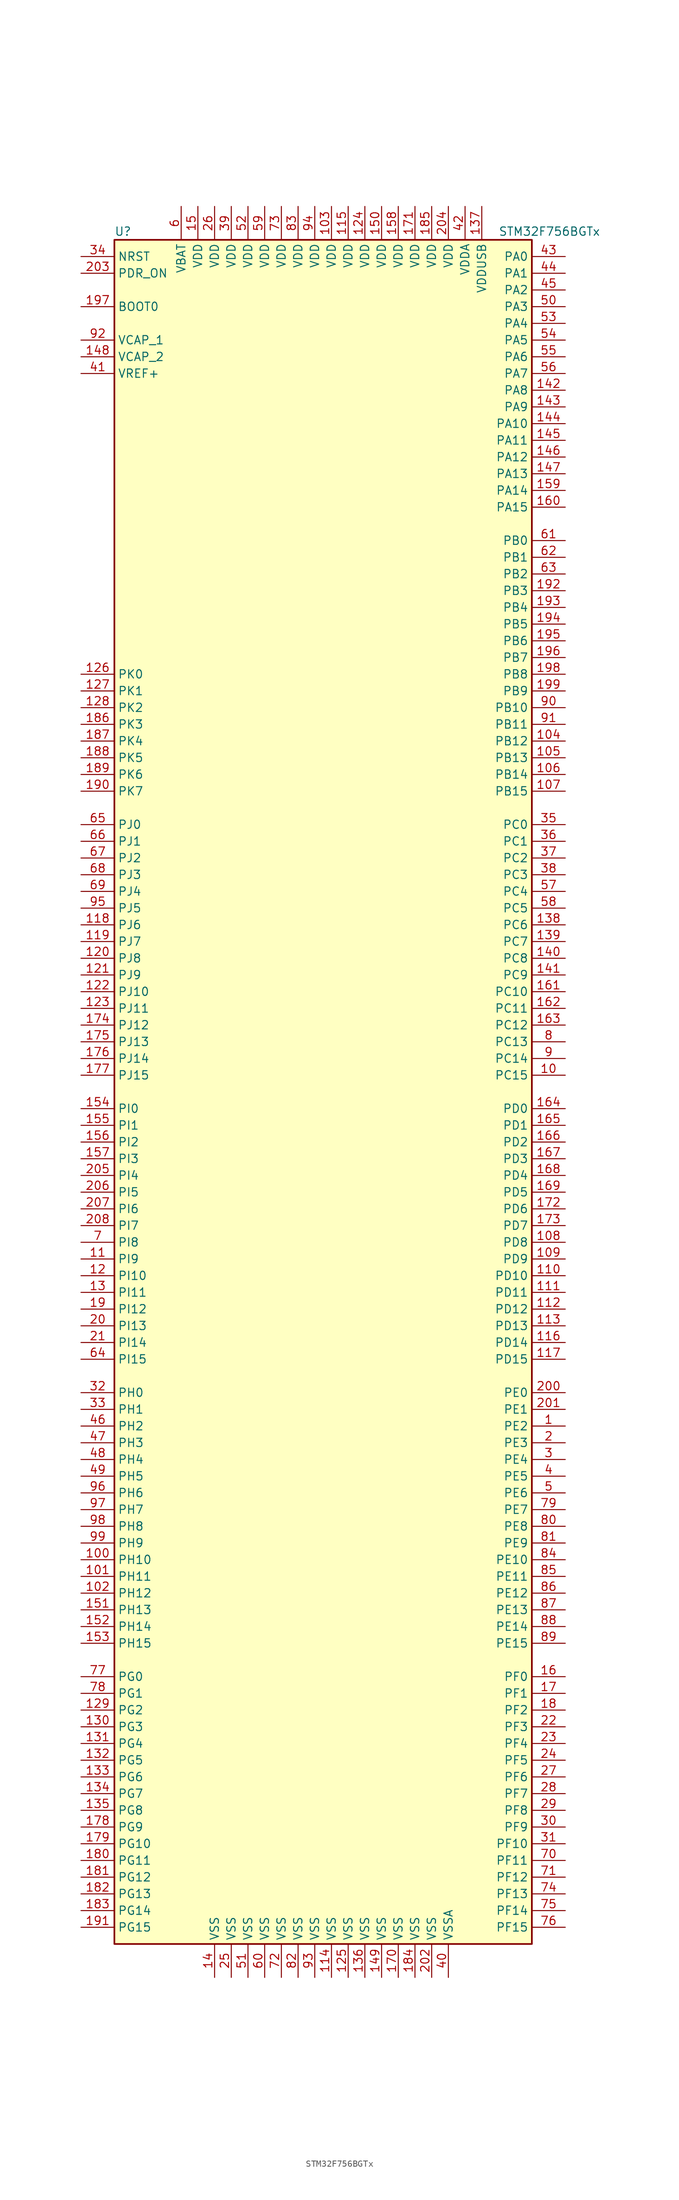
<source format=kicad_sym>
(kicad_symbol_lib
  (version 20220914)
  (generator kicad_symbol_editor)
  (symbol "STM32F756BGTx"
    (property "Reference" "U"
      (at -33.02 130.81 0)
      (effects (font (size 1.27 1.27)) (justify left)))
    (property "Value" "STM32F756BGTx"
      (at 25.4 130.81 0)
      (effects (font (size 1.27 1.27)) (justify left)))
    (symbol "STM32F756BGTx_0_1"
      (rectangle (start -33.02 -129.54) (end 30.48 129.54) (stroke (width 0.254) (type default)) (fill (type background))))
    (symbol "STM32F756BGTx_1_1"
      (pin bidirectional line (at 35.56 -50.8 180) (length 5.08) (name "PE2" (effects (font (size 1.27 1.27)))) (number "1" (effects (font (size 1.27 1.27)))))
      (pin bidirectional line (at 35.56 2.54 180) (length 5.08) (name "PC15" (effects (font (size 1.27 1.27)))) (number "10" (effects (font (size 1.27 1.27)))))
      (pin bidirectional line (at -38.1 -71.12 0) (length 5.08) (name "PH10" (effects (font (size 1.27 1.27)))) (number "100" (effects (font (size 1.27 1.27)))))
      (pin bidirectional line (at -38.1 -73.66 0) (length 5.08) (name "PH11" (effects (font (size 1.27 1.27)))) (number "101" (effects (font (size 1.27 1.27)))))
      (pin bidirectional line (at -38.1 -76.2 0) (length 5.08) (name "PH12" (effects (font (size 1.27 1.27)))) (number "102" (effects (font (size 1.27 1.27)))))
      (pin power_in line (at 0 134.62 270) (length 5.08) (name "VDD" (effects (font (size 1.27 1.27)))) (number "103" (effects (font (size 1.27 1.27)))))
      (pin bidirectional line (at 35.56 53.34 180) (length 5.08) (name "PB12" (effects (font (size 1.27 1.27)))) (number "104" (effects (font (size 1.27 1.27)))))
      (pin bidirectional line (at 35.56 50.8 180) (length 5.08) (name "PB13" (effects (font (size 1.27 1.27)))) (number "105" (effects (font (size 1.27 1.27)))))
      (pin bidirectional line (at 35.56 48.26 180) (length 5.08) (name "PB14" (effects (font (size 1.27 1.27)))) (number "106" (effects (font (size 1.27 1.27)))))
      (pin bidirectional line (at 35.56 45.72 180) (length 5.08) (name "PB15" (effects (font (size 1.27 1.27)))) (number "107" (effects (font (size 1.27 1.27)))))
      (pin bidirectional line (at 35.56 -22.86 180) (length 5.08) (name "PD8" (effects (font (size 1.27 1.27)))) (number "108" (effects (font (size 1.27 1.27)))))
      (pin bidirectional line (at 35.56 -25.4 180) (length 5.08) (name "PD9" (effects (font (size 1.27 1.27)))) (number "109" (effects (font (size 1.27 1.27)))))
      (pin bidirectional line (at -38.1 -25.4 0) (length 5.08) (name "PI9" (effects (font (size 1.27 1.27)))) (number "11" (effects (font (size 1.27 1.27)))))
      (pin bidirectional line (at 35.56 -27.94 180) (length 5.08) (name "PD10" (effects (font (size 1.27 1.27)))) (number "110" (effects (font (size 1.27 1.27)))))
      (pin bidirectional line (at 35.56 -30.48 180) (length 5.08) (name "PD11" (effects (font (size 1.27 1.27)))) (number "111" (effects (font (size 1.27 1.27)))))
      (pin bidirectional line (at 35.56 -33.02 180) (length 5.08) (name "PD12" (effects (font (size 1.27 1.27)))) (number "112" (effects (font (size 1.27 1.27)))))
      (pin bidirectional line (at 35.56 -35.56 180) (length 5.08) (name "PD13" (effects (font (size 1.27 1.27)))) (number "113" (effects (font (size 1.27 1.27)))))
      (pin power_in line (at 0 -134.62 90) (length 5.08) (name "VSS" (effects (font (size 1.27 1.27)))) (number "114" (effects (font (size 1.27 1.27)))))
      (pin power_in line (at 2.54 134.62 270) (length 5.08) (name "VDD" (effects (font (size 1.27 1.27)))) (number "115" (effects (font (size 1.27 1.27)))))
      (pin bidirectional line (at 35.56 -38.1 180) (length 5.08) (name "PD14" (effects (font (size 1.27 1.27)))) (number "116" (effects (font (size 1.27 1.27)))))
      (pin bidirectional line (at 35.56 -40.64 180) (length 5.08) (name "PD15" (effects (font (size 1.27 1.27)))) (number "117" (effects (font (size 1.27 1.27)))))
      (pin bidirectional line (at -38.1 25.4 0) (length 5.08) (name "PJ6" (effects (font (size 1.27 1.27)))) (number "118" (effects (font (size 1.27 1.27)))))
      (pin bidirectional line (at -38.1 22.86 0) (length 5.08) (name "PJ7" (effects (font (size 1.27 1.27)))) (number "119" (effects (font (size 1.27 1.27)))))
      (pin bidirectional line (at -38.1 -27.94 0) (length 5.08) (name "PI10" (effects (font (size 1.27 1.27)))) (number "12" (effects (font (size 1.27 1.27)))))
      (pin bidirectional line (at -38.1 20.32 0) (length 5.08) (name "PJ8" (effects (font (size 1.27 1.27)))) (number "120" (effects (font (size 1.27 1.27)))))
      (pin bidirectional line (at -38.1 17.78 0) (length 5.08) (name "PJ9" (effects (font (size 1.27 1.27)))) (number "121" (effects (font (size 1.27 1.27)))))
      (pin bidirectional line (at -38.1 15.24 0) (length 5.08) (name "PJ10" (effects (font (size 1.27 1.27)))) (number "122" (effects (font (size 1.27 1.27)))))
      (pin bidirectional line (at -38.1 12.7 0) (length 5.08) (name "PJ11" (effects (font (size 1.27 1.27)))) (number "123" (effects (font (size 1.27 1.27)))))
      (pin power_in line (at 5.08 134.62 270) (length 5.08) (name "VDD" (effects (font (size 1.27 1.27)))) (number "124" (effects (font (size 1.27 1.27)))))
      (pin power_in line (at 2.54 -134.62 90) (length 5.08) (name "VSS" (effects (font (size 1.27 1.27)))) (number "125" (effects (font (size 1.27 1.27)))))
      (pin bidirectional line (at -38.1 63.5 0) (length 5.08) (name "PK0" (effects (font (size 1.27 1.27)))) (number "126" (effects (font (size 1.27 1.27)))))
      (pin bidirectional line (at -38.1 60.96 0) (length 5.08) (name "PK1" (effects (font (size 1.27 1.27)))) (number "127" (effects (font (size 1.27 1.27)))))
      (pin bidirectional line (at -38.1 58.42 0) (length 5.08) (name "PK2" (effects (font (size 1.27 1.27)))) (number "128" (effects (font (size 1.27 1.27)))))
      (pin bidirectional line (at -38.1 -93.98 0) (length 5.08) (name "PG2" (effects (font (size 1.27 1.27)))) (number "129" (effects (font (size 1.27 1.27)))))
      (pin bidirectional line (at -38.1 -30.48 0) (length 5.08) (name "PI11" (effects (font (size 1.27 1.27)))) (number "13" (effects (font (size 1.27 1.27)))))
      (pin bidirectional line (at -38.1 -96.52 0) (length 5.08) (name "PG3" (effects (font (size 1.27 1.27)))) (number "130" (effects (font (size 1.27 1.27)))))
      (pin bidirectional line (at -38.1 -99.06 0) (length 5.08) (name "PG4" (effects (font (size 1.27 1.27)))) (number "131" (effects (font (size 1.27 1.27)))))
      (pin bidirectional line (at -38.1 -101.6 0) (length 5.08) (name "PG5" (effects (font (size 1.27 1.27)))) (number "132" (effects (font (size 1.27 1.27)))))
      (pin bidirectional line (at -38.1 -104.14 0) (length 5.08) (name "PG6" (effects (font (size 1.27 1.27)))) (number "133" (effects (font (size 1.27 1.27)))))
      (pin bidirectional line (at -38.1 -106.68 0) (length 5.08) (name "PG7" (effects (font (size 1.27 1.27)))) (number "134" (effects (font (size 1.27 1.27)))))
      (pin bidirectional line (at -38.1 -109.22 0) (length 5.08) (name "PG8" (effects (font (size 1.27 1.27)))) (number "135" (effects (font (size 1.27 1.27)))))
      (pin power_in line (at 5.08 -134.62 90) (length 5.08) (name "VSS" (effects (font (size 1.27 1.27)))) (number "136" (effects (font (size 1.27 1.27)))))
      (pin power_in line (at 22.86 134.62 270) (length 5.08) (name "VDDUSB" (effects (font (size 1.27 1.27)))) (number "137" (effects (font (size 1.27 1.27)))))
      (pin bidirectional line (at 35.56 25.4 180) (length 5.08) (name "PC6" (effects (font (size 1.27 1.27)))) (number "138" (effects (font (size 1.27 1.27)))))
      (pin bidirectional line (at 35.56 22.86 180) (length 5.08) (name "PC7" (effects (font (size 1.27 1.27)))) (number "139" (effects (font (size 1.27 1.27)))))
      (pin power_in line (at -17.78 -134.62 90) (length 5.08) (name "VSS" (effects (font (size 1.27 1.27)))) (number "14" (effects (font (size 1.27 1.27)))))
      (pin bidirectional line (at 35.56 20.32 180) (length 5.08) (name "PC8" (effects (font (size 1.27 1.27)))) (number "140" (effects (font (size 1.27 1.27)))))
      (pin bidirectional line (at 35.56 17.78 180) (length 5.08) (name "PC9" (effects (font (size 1.27 1.27)))) (number "141" (effects (font (size 1.27 1.27)))))
      (pin bidirectional line (at 35.56 106.68 180) (length 5.08) (name "PA8" (effects (font (size 1.27 1.27)))) (number "142" (effects (font (size 1.27 1.27)))))
      (pin bidirectional line (at 35.56 104.14 180) (length 5.08) (name "PA9" (effects (font (size 1.27 1.27)))) (number "143" (effects (font (size 1.27 1.27)))))
      (pin bidirectional line (at 35.56 101.6 180) (length 5.08) (name "PA10" (effects (font (size 1.27 1.27)))) (number "144" (effects (font (size 1.27 1.27)))))
      (pin bidirectional line (at 35.56 99.06 180) (length 5.08) (name "PA11" (effects (font (size 1.27 1.27)))) (number "145" (effects (font (size 1.27 1.27)))))
      (pin bidirectional line (at 35.56 96.52 180) (length 5.08) (name "PA12" (effects (font (size 1.27 1.27)))) (number "146" (effects (font (size 1.27 1.27)))))
      (pin bidirectional line (at 35.56 93.98 180) (length 5.08) (name "PA13" (effects (font (size 1.27 1.27)))) (number "147" (effects (font (size 1.27 1.27)))))
      (pin power_in line (at -38.1 111.76 0) (length 5.08) (name "VCAP_2" (effects (font (size 1.27 1.27)))) (number "148" (effects (font (size 1.27 1.27)))))
      (pin power_in line (at 7.62 -134.62 90) (length 5.08) (name "VSS" (effects (font (size 1.27 1.27)))) (number "149" (effects (font (size 1.27 1.27)))))
      (pin power_in line (at -20.32 134.62 270) (length 5.08) (name "VDD" (effects (font (size 1.27 1.27)))) (number "15" (effects (font (size 1.27 1.27)))))
      (pin power_in line (at 7.62 134.62 270) (length 5.08) (name "VDD" (effects (font (size 1.27 1.27)))) (number "150" (effects (font (size 1.27 1.27)))))
      (pin bidirectional line (at -38.1 -78.74 0) (length 5.08) (name "PH13" (effects (font (size 1.27 1.27)))) (number "151" (effects (font (size 1.27 1.27)))))
      (pin bidirectional line (at -38.1 -81.28 0) (length 5.08) (name "PH14" (effects (font (size 1.27 1.27)))) (number "152" (effects (font (size 1.27 1.27)))))
      (pin bidirectional line (at -38.1 -83.82 0) (length 5.08) (name "PH15" (effects (font (size 1.27 1.27)))) (number "153" (effects (font (size 1.27 1.27)))))
      (pin bidirectional line (at -38.1 -2.54 0) (length 5.08) (name "PI0" (effects (font (size 1.27 1.27)))) (number "154" (effects (font (size 1.27 1.27)))))
      (pin bidirectional line (at -38.1 -5.08 0) (length 5.08) (name "PI1" (effects (font (size 1.27 1.27)))) (number "155" (effects (font (size 1.27 1.27)))))
      (pin bidirectional line (at -38.1 -7.62 0) (length 5.08) (name "PI2" (effects (font (size 1.27 1.27)))) (number "156" (effects (font (size 1.27 1.27)))))
      (pin bidirectional line (at -38.1 -10.16 0) (length 5.08) (name "PI3" (effects (font (size 1.27 1.27)))) (number "157" (effects (font (size 1.27 1.27)))))
      (pin power_in line (at 10.16 134.62 270) (length 5.08) (name "VDD" (effects (font (size 1.27 1.27)))) (number "158" (effects (font (size 1.27 1.27)))))
      (pin bidirectional line (at 35.56 91.44 180) (length 5.08) (name "PA14" (effects (font (size 1.27 1.27)))) (number "159" (effects (font (size 1.27 1.27)))))
      (pin bidirectional line (at 35.56 -88.9 180) (length 5.08) (name "PF0" (effects (font (size 1.27 1.27)))) (number "16" (effects (font (size 1.27 1.27)))))
      (pin bidirectional line (at 35.56 88.9 180) (length 5.08) (name "PA15" (effects (font (size 1.27 1.27)))) (number "160" (effects (font (size 1.27 1.27)))))
      (pin bidirectional line (at 35.56 15.24 180) (length 5.08) (name "PC10" (effects (font (size 1.27 1.27)))) (number "161" (effects (font (size 1.27 1.27)))))
      (pin bidirectional line (at 35.56 12.7 180) (length 5.08) (name "PC11" (effects (font (size 1.27 1.27)))) (number "162" (effects (font (size 1.27 1.27)))))
      (pin bidirectional line (at 35.56 10.16 180) (length 5.08) (name "PC12" (effects (font (size 1.27 1.27)))) (number "163" (effects (font (size 1.27 1.27)))))
      (pin bidirectional line (at 35.56 -2.54 180) (length 5.08) (name "PD0" (effects (font (size 1.27 1.27)))) (number "164" (effects (font (size 1.27 1.27)))))
      (pin bidirectional line (at 35.56 -5.08 180) (length 5.08) (name "PD1" (effects (font (size 1.27 1.27)))) (number "165" (effects (font (size 1.27 1.27)))))
      (pin bidirectional line (at 35.56 -7.62 180) (length 5.08) (name "PD2" (effects (font (size 1.27 1.27)))) (number "166" (effects (font (size 1.27 1.27)))))
      (pin bidirectional line (at 35.56 -10.16 180) (length 5.08) (name "PD3" (effects (font (size 1.27 1.27)))) (number "167" (effects (font (size 1.27 1.27)))))
      (pin bidirectional line (at 35.56 -12.7 180) (length 5.08) (name "PD4" (effects (font (size 1.27 1.27)))) (number "168" (effects (font (size 1.27 1.27)))))
      (pin bidirectional line (at 35.56 -15.24 180) (length 5.08) (name "PD5" (effects (font (size 1.27 1.27)))) (number "169" (effects (font (size 1.27 1.27)))))
      (pin bidirectional line (at 35.56 -91.44 180) (length 5.08) (name "PF1" (effects (font (size 1.27 1.27)))) (number "17" (effects (font (size 1.27 1.27)))))
      (pin power_in line (at 10.16 -134.62 90) (length 5.08) (name "VSS" (effects (font (size 1.27 1.27)))) (number "170" (effects (font (size 1.27 1.27)))))
      (pin power_in line (at 12.7 134.62 270) (length 5.08) (name "VDD" (effects (font (size 1.27 1.27)))) (number "171" (effects (font (size 1.27 1.27)))))
      (pin bidirectional line (at 35.56 -17.78 180) (length 5.08) (name "PD6" (effects (font (size 1.27 1.27)))) (number "172" (effects (font (size 1.27 1.27)))))
      (pin bidirectional line (at 35.56 -20.32 180) (length 5.08) (name "PD7" (effects (font (size 1.27 1.27)))) (number "173" (effects (font (size 1.27 1.27)))))
      (pin bidirectional line (at -38.1 10.16 0) (length 5.08) (name "PJ12" (effects (font (size 1.27 1.27)))) (number "174" (effects (font (size 1.27 1.27)))))
      (pin bidirectional line (at -38.1 7.62 0) (length 5.08) (name "PJ13" (effects (font (size 1.27 1.27)))) (number "175" (effects (font (size 1.27 1.27)))))
      (pin bidirectional line (at -38.1 5.08 0) (length 5.08) (name "PJ14" (effects (font (size 1.27 1.27)))) (number "176" (effects (font (size 1.27 1.27)))))
      (pin bidirectional line (at -38.1 2.54 0) (length 5.08) (name "PJ15" (effects (font (size 1.27 1.27)))) (number "177" (effects (font (size 1.27 1.27)))))
      (pin bidirectional line (at -38.1 -111.76 0) (length 5.08) (name "PG9" (effects (font (size 1.27 1.27)))) (number "178" (effects (font (size 1.27 1.27)))))
      (pin bidirectional line (at -38.1 -114.3 0) (length 5.08) (name "PG10" (effects (font (size 1.27 1.27)))) (number "179" (effects (font (size 1.27 1.27)))))
      (pin bidirectional line (at 35.56 -93.98 180) (length 5.08) (name "PF2" (effects (font (size 1.27 1.27)))) (number "18" (effects (font (size 1.27 1.27)))))
      (pin bidirectional line (at -38.1 -116.84 0) (length 5.08) (name "PG11" (effects (font (size 1.27 1.27)))) (number "180" (effects (font (size 1.27 1.27)))))
      (pin bidirectional line (at -38.1 -119.38 0) (length 5.08) (name "PG12" (effects (font (size 1.27 1.27)))) (number "181" (effects (font (size 1.27 1.27)))))
      (pin bidirectional line (at -38.1 -121.92 0) (length 5.08) (name "PG13" (effects (font (size 1.27 1.27)))) (number "182" (effects (font (size 1.27 1.27)))))
      (pin bidirectional line (at -38.1 -124.46 0) (length 5.08) (name "PG14" (effects (font (size 1.27 1.27)))) (number "183" (effects (font (size 1.27 1.27)))))
      (pin power_in line (at 12.7 -134.62 90) (length 5.08) (name "VSS" (effects (font (size 1.27 1.27)))) (number "184" (effects (font (size 1.27 1.27)))))
      (pin power_in line (at 15.24 134.62 270) (length 5.08) (name "VDD" (effects (font (size 1.27 1.27)))) (number "185" (effects (font (size 1.27 1.27)))))
      (pin bidirectional line (at -38.1 55.88 0) (length 5.08) (name "PK3" (effects (font (size 1.27 1.27)))) (number "186" (effects (font (size 1.27 1.27)))))
      (pin bidirectional line (at -38.1 53.34 0) (length 5.08) (name "PK4" (effects (font (size 1.27 1.27)))) (number "187" (effects (font (size 1.27 1.27)))))
      (pin bidirectional line (at -38.1 50.8 0) (length 5.08) (name "PK5" (effects (font (size 1.27 1.27)))) (number "188" (effects (font (size 1.27 1.27)))))
      (pin bidirectional line (at -38.1 48.26 0) (length 5.08) (name "PK6" (effects (font (size 1.27 1.27)))) (number "189" (effects (font (size 1.27 1.27)))))
      (pin bidirectional line (at -38.1 -33.02 0) (length 5.08) (name "PI12" (effects (font (size 1.27 1.27)))) (number "19" (effects (font (size 1.27 1.27)))))
      (pin bidirectional line (at -38.1 45.72 0) (length 5.08) (name "PK7" (effects (font (size 1.27 1.27)))) (number "190" (effects (font (size 1.27 1.27)))))
      (pin bidirectional line (at -38.1 -127 0) (length 5.08) (name "PG15" (effects (font (size 1.27 1.27)))) (number "191" (effects (font (size 1.27 1.27)))))
      (pin bidirectional line (at 35.56 76.2 180) (length 5.08) (name "PB3" (effects (font (size 1.27 1.27)))) (number "192" (effects (font (size 1.27 1.27)))))
      (pin bidirectional line (at 35.56 73.66 180) (length 5.08) (name "PB4" (effects (font (size 1.27 1.27)))) (number "193" (effects (font (size 1.27 1.27)))))
      (pin bidirectional line (at 35.56 71.12 180) (length 5.08) (name "PB5" (effects (font (size 1.27 1.27)))) (number "194" (effects (font (size 1.27 1.27)))))
      (pin bidirectional line (at 35.56 68.58 180) (length 5.08) (name "PB6" (effects (font (size 1.27 1.27)))) (number "195" (effects (font (size 1.27 1.27)))))
      (pin bidirectional line (at 35.56 66.04 180) (length 5.08) (name "PB7" (effects (font (size 1.27 1.27)))) (number "196" (effects (font (size 1.27 1.27)))))
      (pin input line (at -38.1 119.38 0) (length 5.08) (name "BOOT0" (effects (font (size 1.27 1.27)))) (number "197" (effects (font (size 1.27 1.27)))))
      (pin bidirectional line (at 35.56 63.5 180) (length 5.08) (name "PB8" (effects (font (size 1.27 1.27)))) (number "198" (effects (font (size 1.27 1.27)))))
      (pin bidirectional line (at 35.56 60.96 180) (length 5.08) (name "PB9" (effects (font (size 1.27 1.27)))) (number "199" (effects (font (size 1.27 1.27)))))
      (pin bidirectional line (at 35.56 -53.34 180) (length 5.08) (name "PE3" (effects (font (size 1.27 1.27)))) (number "2" (effects (font (size 1.27 1.27)))))
      (pin bidirectional line (at -38.1 -35.56 0) (length 5.08) (name "PI13" (effects (font (size 1.27 1.27)))) (number "20" (effects (font (size 1.27 1.27)))))
      (pin bidirectional line (at 35.56 -45.72 180) (length 5.08) (name "PE0" (effects (font (size 1.27 1.27)))) (number "200" (effects (font (size 1.27 1.27)))))
      (pin bidirectional line (at 35.56 -48.26 180) (length 5.08) (name "PE1" (effects (font (size 1.27 1.27)))) (number "201" (effects (font (size 1.27 1.27)))))
      (pin power_in line (at 15.24 -134.62 90) (length 5.08) (name "VSS" (effects (font (size 1.27 1.27)))) (number "202" (effects (font (size 1.27 1.27)))))
      (pin input line (at -38.1 124.46 0) (length 5.08) (name "PDR_ON" (effects (font (size 1.27 1.27)))) (number "203" (effects (font (size 1.27 1.27)))))
      (pin power_in line (at 17.78 134.62 270) (length 5.08) (name "VDD" (effects (font (size 1.27 1.27)))) (number "204" (effects (font (size 1.27 1.27)))))
      (pin bidirectional line (at -38.1 -12.7 0) (length 5.08) (name "PI4" (effects (font (size 1.27 1.27)))) (number "205" (effects (font (size 1.27 1.27)))))
      (pin bidirectional line (at -38.1 -15.24 0) (length 5.08) (name "PI5" (effects (font (size 1.27 1.27)))) (number "206" (effects (font (size 1.27 1.27)))))
      (pin bidirectional line (at -38.1 -17.78 0) (length 5.08) (name "PI6" (effects (font (size 1.27 1.27)))) (number "207" (effects (font (size 1.27 1.27)))))
      (pin bidirectional line (at -38.1 -20.32 0) (length 5.08) (name "PI7" (effects (font (size 1.27 1.27)))) (number "208" (effects (font (size 1.27 1.27)))))
      (pin bidirectional line (at -38.1 -38.1 0) (length 5.08) (name "PI14" (effects (font (size 1.27 1.27)))) (number "21" (effects (font (size 1.27 1.27)))))
      (pin bidirectional line (at 35.56 -96.52 180) (length 5.08) (name "PF3" (effects (font (size 1.27 1.27)))) (number "22" (effects (font (size 1.27 1.27)))))
      (pin bidirectional line (at 35.56 -99.06 180) (length 5.08) (name "PF4" (effects (font (size 1.27 1.27)))) (number "23" (effects (font (size 1.27 1.27)))))
      (pin bidirectional line (at 35.56 -101.6 180) (length 5.08) (name "PF5" (effects (font (size 1.27 1.27)))) (number "24" (effects (font (size 1.27 1.27)))))
      (pin power_in line (at -15.24 -134.62 90) (length 5.08) (name "VSS" (effects (font (size 1.27 1.27)))) (number "25" (effects (font (size 1.27 1.27)))))
      (pin power_in line (at -17.78 134.62 270) (length 5.08) (name "VDD" (effects (font (size 1.27 1.27)))) (number "26" (effects (font (size 1.27 1.27)))))
      (pin bidirectional line (at 35.56 -104.14 180) (length 5.08) (name "PF6" (effects (font (size 1.27 1.27)))) (number "27" (effects (font (size 1.27 1.27)))))
      (pin bidirectional line (at 35.56 -106.68 180) (length 5.08) (name "PF7" (effects (font (size 1.27 1.27)))) (number "28" (effects (font (size 1.27 1.27)))))
      (pin bidirectional line (at 35.56 -109.22 180) (length 5.08) (name "PF8" (effects (font (size 1.27 1.27)))) (number "29" (effects (font (size 1.27 1.27)))))
      (pin bidirectional line (at 35.56 -55.88 180) (length 5.08) (name "PE4" (effects (font (size 1.27 1.27)))) (number "3" (effects (font (size 1.27 1.27)))))
      (pin bidirectional line (at 35.56 -111.76 180) (length 5.08) (name "PF9" (effects (font (size 1.27 1.27)))) (number "30" (effects (font (size 1.27 1.27)))))
      (pin bidirectional line (at 35.56 -114.3 180) (length 5.08) (name "PF10" (effects (font (size 1.27 1.27)))) (number "31" (effects (font (size 1.27 1.27)))))
      (pin input line (at -38.1 -45.72 0) (length 5.08) (name "PH0" (effects (font (size 1.27 1.27)))) (number "32" (effects (font (size 1.27 1.27)))))
      (pin input line (at -38.1 -48.26 0) (length 5.08) (name "PH1" (effects (font (size 1.27 1.27)))) (number "33" (effects (font (size 1.27 1.27)))))
      (pin input line (at -38.1 127 0) (length 5.08) (name "NRST" (effects (font (size 1.27 1.27)))) (number "34" (effects (font (size 1.27 1.27)))))
      (pin bidirectional line (at 35.56 40.64 180) (length 5.08) (name "PC0" (effects (font (size 1.27 1.27)))) (number "35" (effects (font (size 1.27 1.27)))))
      (pin bidirectional line (at 35.56 38.1 180) (length 5.08) (name "PC1" (effects (font (size 1.27 1.27)))) (number "36" (effects (font (size 1.27 1.27)))))
      (pin bidirectional line (at 35.56 35.56 180) (length 5.08) (name "PC2" (effects (font (size 1.27 1.27)))) (number "37" (effects (font (size 1.27 1.27)))))
      (pin bidirectional line (at 35.56 33.02 180) (length 5.08) (name "PC3" (effects (font (size 1.27 1.27)))) (number "38" (effects (font (size 1.27 1.27)))))
      (pin power_in line (at -15.24 134.62 270) (length 5.08) (name "VDD" (effects (font (size 1.27 1.27)))) (number "39" (effects (font (size 1.27 1.27)))))
      (pin bidirectional line (at 35.56 -58.42 180) (length 5.08) (name "PE5" (effects (font (size 1.27 1.27)))) (number "4" (effects (font (size 1.27 1.27)))))
      (pin power_in line (at 17.78 -134.62 90) (length 5.08) (name "VSSA" (effects (font (size 1.27 1.27)))) (number "40" (effects (font (size 1.27 1.27)))))
      (pin power_in line (at -38.1 109.22 0) (length 5.08) (name "VREF+" (effects (font (size 1.27 1.27)))) (number "41" (effects (font (size 1.27 1.27)))))
      (pin power_in line (at 20.32 134.62 270) (length 5.08) (name "VDDA" (effects (font (size 1.27 1.27)))) (number "42" (effects (font (size 1.27 1.27)))))
      (pin bidirectional line (at 35.56 127 180) (length 5.08) (name "PA0" (effects (font (size 1.27 1.27)))) (number "43" (effects (font (size 1.27 1.27)))))
      (pin bidirectional line (at 35.56 124.46 180) (length 5.08) (name "PA1" (effects (font (size 1.27 1.27)))) (number "44" (effects (font (size 1.27 1.27)))))
      (pin bidirectional line (at 35.56 121.92 180) (length 5.08) (name "PA2" (effects (font (size 1.27 1.27)))) (number "45" (effects (font (size 1.27 1.27)))))
      (pin bidirectional line (at -38.1 -50.8 0) (length 5.08) (name "PH2" (effects (font (size 1.27 1.27)))) (number "46" (effects (font (size 1.27 1.27)))))
      (pin bidirectional line (at -38.1 -53.34 0) (length 5.08) (name "PH3" (effects (font (size 1.27 1.27)))) (number "47" (effects (font (size 1.27 1.27)))))
      (pin bidirectional line (at -38.1 -55.88 0) (length 5.08) (name "PH4" (effects (font (size 1.27 1.27)))) (number "48" (effects (font (size 1.27 1.27)))))
      (pin bidirectional line (at -38.1 -58.42 0) (length 5.08) (name "PH5" (effects (font (size 1.27 1.27)))) (number "49" (effects (font (size 1.27 1.27)))))
      (pin bidirectional line (at 35.56 -60.96 180) (length 5.08) (name "PE6" (effects (font (size 1.27 1.27)))) (number "5" (effects (font (size 1.27 1.27)))))
      (pin bidirectional line (at 35.56 119.38 180) (length 5.08) (name "PA3" (effects (font (size 1.27 1.27)))) (number "50" (effects (font (size 1.27 1.27)))))
      (pin power_in line (at -12.7 -134.62 90) (length 5.08) (name "VSS" (effects (font (size 1.27 1.27)))) (number "51" (effects (font (size 1.27 1.27)))))
      (pin power_in line (at -12.7 134.62 270) (length 5.08) (name "VDD" (effects (font (size 1.27 1.27)))) (number "52" (effects (font (size 1.27 1.27)))))
      (pin bidirectional line (at 35.56 116.84 180) (length 5.08) (name "PA4" (effects (font (size 1.27 1.27)))) (number "53" (effects (font (size 1.27 1.27)))))
      (pin bidirectional line (at 35.56 114.3 180) (length 5.08) (name "PA5" (effects (font (size 1.27 1.27)))) (number "54" (effects (font (size 1.27 1.27)))))
      (pin bidirectional line (at 35.56 111.76 180) (length 5.08) (name "PA6" (effects (font (size 1.27 1.27)))) (number "55" (effects (font (size 1.27 1.27)))))
      (pin bidirectional line (at 35.56 109.22 180) (length 5.08) (name "PA7" (effects (font (size 1.27 1.27)))) (number "56" (effects (font (size 1.27 1.27)))))
      (pin bidirectional line (at 35.56 30.48 180) (length 5.08) (name "PC4" (effects (font (size 1.27 1.27)))) (number "57" (effects (font (size 1.27 1.27)))))
      (pin bidirectional line (at 35.56 27.94 180) (length 5.08) (name "PC5" (effects (font (size 1.27 1.27)))) (number "58" (effects (font (size 1.27 1.27)))))
      (pin power_in line (at -10.16 134.62 270) (length 5.08) (name "VDD" (effects (font (size 1.27 1.27)))) (number "59" (effects (font (size 1.27 1.27)))))
      (pin power_in line (at -22.86 134.62 270) (length 5.08) (name "VBAT" (effects (font (size 1.27 1.27)))) (number "6" (effects (font (size 1.27 1.27)))))
      (pin power_in line (at -10.16 -134.62 90) (length 5.08) (name "VSS" (effects (font (size 1.27 1.27)))) (number "60" (effects (font (size 1.27 1.27)))))
      (pin bidirectional line (at 35.56 83.82 180) (length 5.08) (name "PB0" (effects (font (size 1.27 1.27)))) (number "61" (effects (font (size 1.27 1.27)))))
      (pin bidirectional line (at 35.56 81.28 180) (length 5.08) (name "PB1" (effects (font (size 1.27 1.27)))) (number "62" (effects (font (size 1.27 1.27)))))
      (pin bidirectional line (at 35.56 78.74 180) (length 5.08) (name "PB2" (effects (font (size 1.27 1.27)))) (number "63" (effects (font (size 1.27 1.27)))))
      (pin bidirectional line (at -38.1 -40.64 0) (length 5.08) (name "PI15" (effects (font (size 1.27 1.27)))) (number "64" (effects (font (size 1.27 1.27)))))
      (pin bidirectional line (at -38.1 40.64 0) (length 5.08) (name "PJ0" (effects (font (size 1.27 1.27)))) (number "65" (effects (font (size 1.27 1.27)))))
      (pin bidirectional line (at -38.1 38.1 0) (length 5.08) (name "PJ1" (effects (font (size 1.27 1.27)))) (number "66" (effects (font (size 1.27 1.27)))))
      (pin bidirectional line (at -38.1 35.56 0) (length 5.08) (name "PJ2" (effects (font (size 1.27 1.27)))) (number "67" (effects (font (size 1.27 1.27)))))
      (pin bidirectional line (at -38.1 33.02 0) (length 5.08) (name "PJ3" (effects (font (size 1.27 1.27)))) (number "68" (effects (font (size 1.27 1.27)))))
      (pin bidirectional line (at -38.1 30.48 0) (length 5.08) (name "PJ4" (effects (font (size 1.27 1.27)))) (number "69" (effects (font (size 1.27 1.27)))))
      (pin bidirectional line (at -38.1 -22.86 0) (length 5.08) (name "PI8" (effects (font (size 1.27 1.27)))) (number "7" (effects (font (size 1.27 1.27)))))
      (pin bidirectional line (at 35.56 -116.84 180) (length 5.08) (name "PF11" (effects (font (size 1.27 1.27)))) (number "70" (effects (font (size 1.27 1.27)))))
      (pin bidirectional line (at 35.56 -119.38 180) (length 5.08) (name "PF12" (effects (font (size 1.27 1.27)))) (number "71" (effects (font (size 1.27 1.27)))))
      (pin power_in line (at -7.62 -134.62 90) (length 5.08) (name "VSS" (effects (font (size 1.27 1.27)))) (number "72" (effects (font (size 1.27 1.27)))))
      (pin power_in line (at -7.62 134.62 270) (length 5.08) (name "VDD" (effects (font (size 1.27 1.27)))) (number "73" (effects (font (size 1.27 1.27)))))
      (pin bidirectional line (at 35.56 -121.92 180) (length 5.08) (name "PF13" (effects (font (size 1.27 1.27)))) (number "74" (effects (font (size 1.27 1.27)))))
      (pin bidirectional line (at 35.56 -124.46 180) (length 5.08) (name "PF14" (effects (font (size 1.27 1.27)))) (number "75" (effects (font (size 1.27 1.27)))))
      (pin bidirectional line (at 35.56 -127 180) (length 5.08) (name "PF15" (effects (font (size 1.27 1.27)))) (number "76" (effects (font (size 1.27 1.27)))))
      (pin bidirectional line (at -38.1 -88.9 0) (length 5.08) (name "PG0" (effects (font (size 1.27 1.27)))) (number "77" (effects (font (size 1.27 1.27)))))
      (pin bidirectional line (at -38.1 -91.44 0) (length 5.08) (name "PG1" (effects (font (size 1.27 1.27)))) (number "78" (effects (font (size 1.27 1.27)))))
      (pin bidirectional line (at 35.56 -63.5 180) (length 5.08) (name "PE7" (effects (font (size 1.27 1.27)))) (number "79" (effects (font (size 1.27 1.27)))))
      (pin bidirectional line (at 35.56 7.62 180) (length 5.08) (name "PC13" (effects (font (size 1.27 1.27)))) (number "8" (effects (font (size 1.27 1.27)))))
      (pin bidirectional line (at 35.56 -66.04 180) (length 5.08) (name "PE8" (effects (font (size 1.27 1.27)))) (number "80" (effects (font (size 1.27 1.27)))))
      (pin bidirectional line (at 35.56 -68.58 180) (length 5.08) (name "PE9" (effects (font (size 1.27 1.27)))) (number "81" (effects (font (size 1.27 1.27)))))
      (pin power_in line (at -5.08 -134.62 90) (length 5.08) (name "VSS" (effects (font (size 1.27 1.27)))) (number "82" (effects (font (size 1.27 1.27)))))
      (pin power_in line (at -5.08 134.62 270) (length 5.08) (name "VDD" (effects (font (size 1.27 1.27)))) (number "83" (effects (font (size 1.27 1.27)))))
      (pin bidirectional line (at 35.56 -71.12 180) (length 5.08) (name "PE10" (effects (font (size 1.27 1.27)))) (number "84" (effects (font (size 1.27 1.27)))))
      (pin bidirectional line (at 35.56 -73.66 180) (length 5.08) (name "PE11" (effects (font (size 1.27 1.27)))) (number "85" (effects (font (size 1.27 1.27)))))
      (pin bidirectional line (at 35.56 -76.2 180) (length 5.08) (name "PE12" (effects (font (size 1.27 1.27)))) (number "86" (effects (font (size 1.27 1.27)))))
      (pin bidirectional line (at 35.56 -78.74 180) (length 5.08) (name "PE13" (effects (font (size 1.27 1.27)))) (number "87" (effects (font (size 1.27 1.27)))))
      (pin bidirectional line (at 35.56 -81.28 180) (length 5.08) (name "PE14" (effects (font (size 1.27 1.27)))) (number "88" (effects (font (size 1.27 1.27)))))
      (pin bidirectional line (at 35.56 -83.82 180) (length 5.08) (name "PE15" (effects (font (size 1.27 1.27)))) (number "89" (effects (font (size 1.27 1.27)))))
      (pin bidirectional line (at 35.56 5.08 180) (length 5.08) (name "PC14" (effects (font (size 1.27 1.27)))) (number "9" (effects (font (size 1.27 1.27)))))
      (pin bidirectional line (at 35.56 58.42 180) (length 5.08) (name "PB10" (effects (font (size 1.27 1.27)))) (number "90" (effects (font (size 1.27 1.27)))))
      (pin bidirectional line (at 35.56 55.88 180) (length 5.08) (name "PB11" (effects (font (size 1.27 1.27)))) (number "91" (effects (font (size 1.27 1.27)))))
      (pin power_in line (at -38.1 114.3 0) (length 5.08) (name "VCAP_1" (effects (font (size 1.27 1.27)))) (number "92" (effects (font (size 1.27 1.27)))))
      (pin power_in line (at -2.54 -134.62 90) (length 5.08) (name "VSS" (effects (font (size 1.27 1.27)))) (number "93" (effects (font (size 1.27 1.27)))))
      (pin power_in line (at -2.54 134.62 270) (length 5.08) (name "VDD" (effects (font (size 1.27 1.27)))) (number "94" (effects (font (size 1.27 1.27)))))
      (pin bidirectional line (at -38.1 27.94 0) (length 5.08) (name "PJ5" (effects (font (size 1.27 1.27)))) (number "95" (effects (font (size 1.27 1.27)))))
      (pin bidirectional line (at -38.1 -60.96 0) (length 5.08) (name "PH6" (effects (font (size 1.27 1.27)))) (number "96" (effects (font (size 1.27 1.27)))))
      (pin bidirectional line (at -38.1 -63.5 0) (length 5.08) (name "PH7" (effects (font (size 1.27 1.27)))) (number "97" (effects (font (size 1.27 1.27)))))
      (pin bidirectional line (at -38.1 -66.04 0) (length 5.08) (name "PH8" (effects (font (size 1.27 1.27)))) (number "98" (effects (font (size 1.27 1.27)))))
      (pin bidirectional line (at -38.1 -68.58 0) (length 5.08) (name "PH9" (effects (font (size 1.27 1.27)))) (number "99" (effects (font (size 1.27 1.27))))))))
</source>
